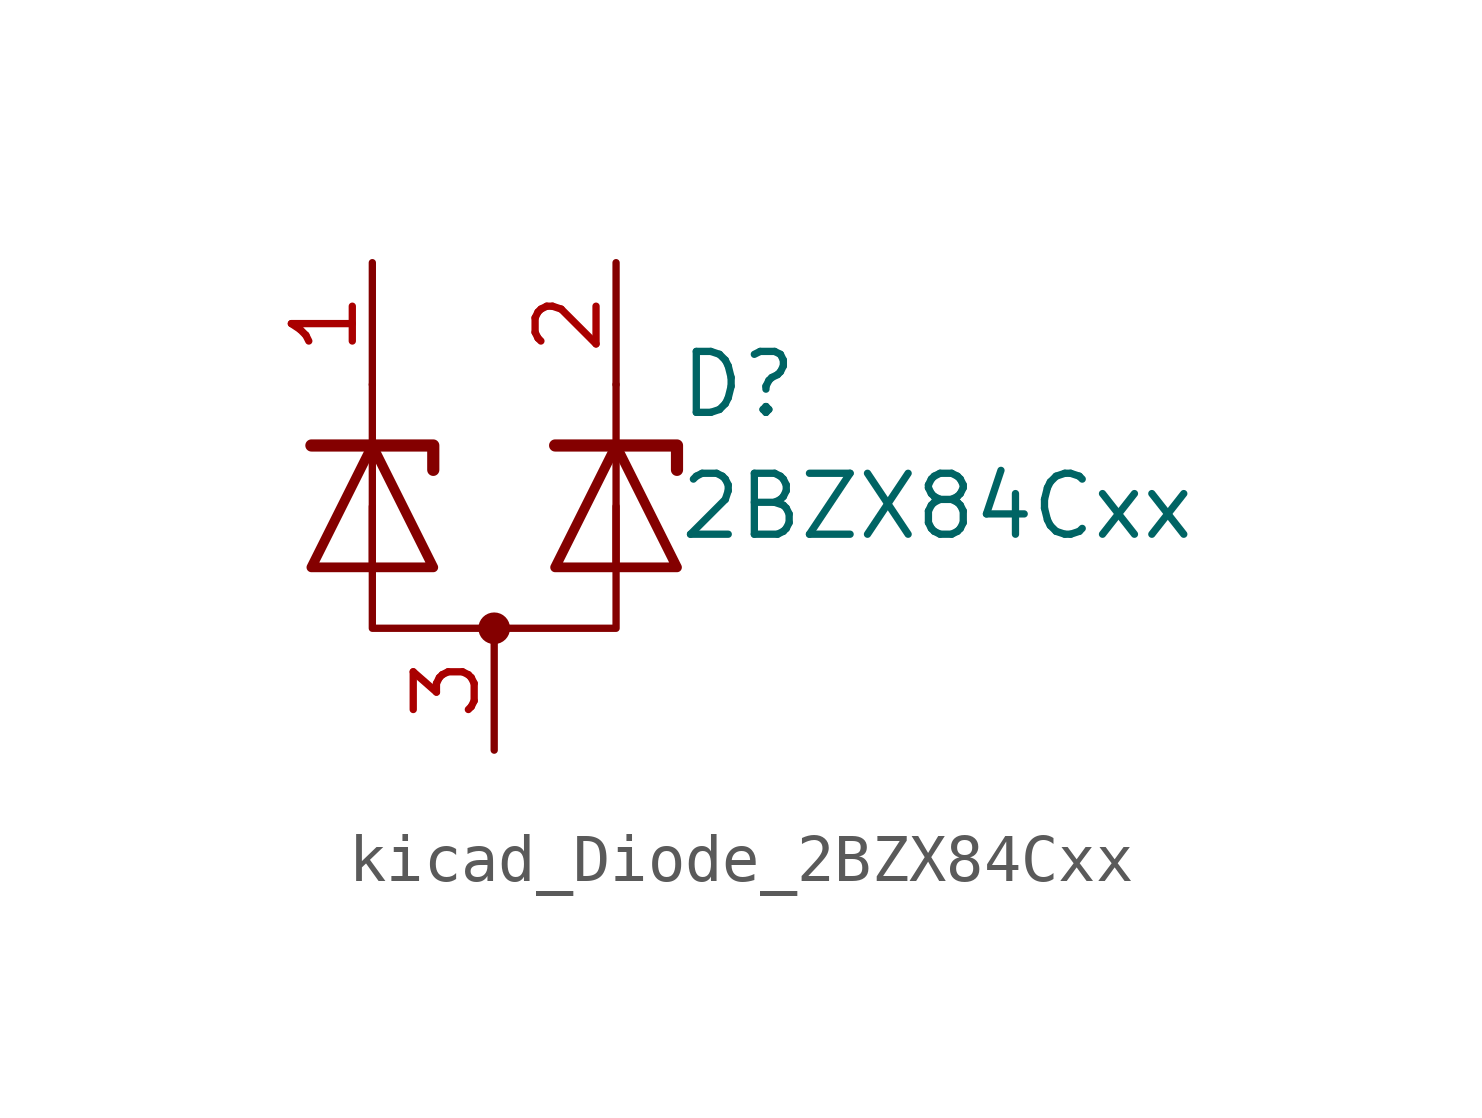
<source format=kicad_sym>
(kicad_symbol_lib
  (version 20220914)
  (generator kicad_symbol_editor)
  (symbol "kicad_Diode_2BZX84Cxx"
    (pin_names
      (offset 1.016) hide)
    (property "Reference" "D"
      (at 3.81 2.54 0)
      (effects (font (size 1.27 1.27)) (justify left)))
    (property "Value" "2BZX84Cxx"
      (at 3.81 0 0)
      (effects (font (size 1.27 1.27)) (justify left)))
    (symbol "kicad_Diode_2BZX84Cxx_0_1"
      (circle (center 0 -2.54) (radius 0.254) (stroke (width 0) (type default)) (fill (type outline)))
      (polyline (pts (xy -2.54 -1.27) (xy -2.54 2.54)) (stroke (width 0) (type default)) (fill (type none)))
      (polyline (pts (xy 2.54 -1.27) (xy 2.54 2.54)) (stroke (width 0) (type default)) (fill (type none)))
      (polyline (pts (xy -3.81 1.27) (xy -1.27 1.27) (xy -1.27 0.762)) (stroke (width 0.254) (type default)) (fill (type none)))
      (polyline (pts (xy 1.27 1.27) (xy 3.81 1.27) (xy 3.81 0.762)) (stroke (width 0.254) (type default)) (fill (type none)))
      (polyline (pts (xy -2.54 0) (xy -2.54 -2.54) (xy 2.54 -2.54) (xy 2.54 0)) (stroke (width 0) (type default)) (fill (type none))))
    (symbol "kicad_Diode_2BZX84Cxx_1_1"
      (polyline (pts (xy -3.81 -1.27) (xy -1.27 -1.27) (xy -2.54 1.27) (xy -3.81 -1.27)) (stroke (width 0.203) (type default)) (fill (type none)))
      (polyline (pts (xy 1.27 -1.27) (xy 3.81 -1.27) (xy 2.54 1.27) (xy 1.27 -1.27)) (stroke (width 0.203) (type default)) (fill (type none)))
      (pin passive line (at -2.54 5.08 270) (length 2.54) (name "K" (effects (font (size 1.27 1.27)))) (number "1" (effects (font (size 1.27 1.27)))))
      (pin passive line (at 2.54 5.08 270) (length 2.54) (name "K" (effects (font (size 1.27 1.27)))) (number "2" (effects (font (size 1.27 1.27)))))
      (pin passive line (at 0 -5.08 90) (length 2.54) (name "A" (effects (font (size 1.27 1.27)))) (number "3" (effects (font (size 1.27 1.27))))))))
</source>
